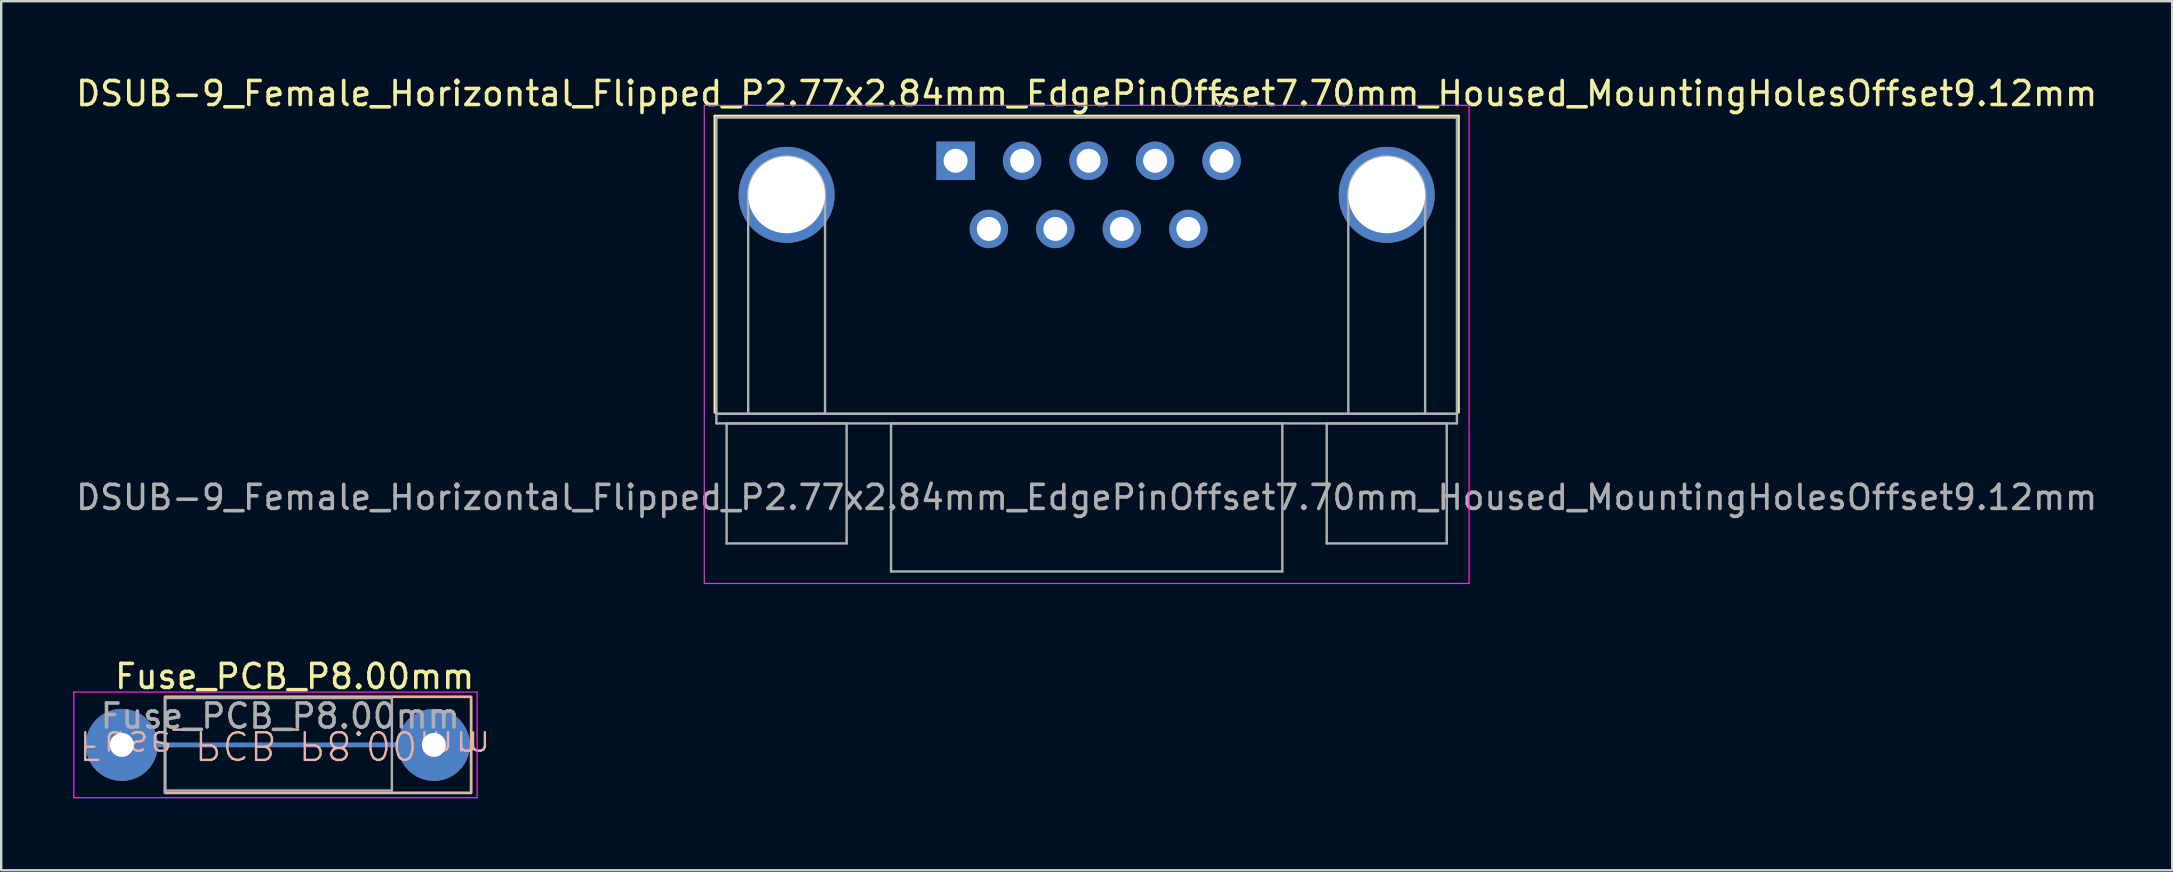
<source format=kicad_pcb>
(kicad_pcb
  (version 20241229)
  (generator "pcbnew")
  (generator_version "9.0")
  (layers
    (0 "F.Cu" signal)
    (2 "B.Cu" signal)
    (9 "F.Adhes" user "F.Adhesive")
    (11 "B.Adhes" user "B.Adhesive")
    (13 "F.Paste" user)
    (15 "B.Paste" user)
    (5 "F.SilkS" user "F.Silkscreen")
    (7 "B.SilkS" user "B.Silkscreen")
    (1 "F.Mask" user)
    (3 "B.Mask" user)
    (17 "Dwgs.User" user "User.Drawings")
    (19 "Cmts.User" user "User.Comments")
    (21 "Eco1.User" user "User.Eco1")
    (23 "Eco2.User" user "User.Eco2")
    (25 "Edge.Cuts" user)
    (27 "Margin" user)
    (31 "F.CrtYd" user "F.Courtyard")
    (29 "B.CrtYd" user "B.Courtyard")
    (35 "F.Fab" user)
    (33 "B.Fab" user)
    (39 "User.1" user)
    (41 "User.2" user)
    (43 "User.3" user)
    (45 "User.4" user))
  (footprint "DSUB-9_Female_Horizontal_Flipped_P2.77x2.84mm_EdgePinOffset7.70mm_Housed_MountingHolesOffset9.12mm"
    (layer "F.Cu")
    (at 47.76 3.648)
    (property "Reference" "DSUB-9_Female_Horizontal_Flipped_P2.77x2.84mm_EdgePinOffset7.70mm_Housed_MountingHolesOffset9.12mm" (at -5.54 -2.8 0) (layer "F.SilkS") (effects (font (size 1 1) (thickness 0.15))))
    (attr through_hole)
    (fp_line (start -21.025 -1.86) (end 9.945 -1.86) (stroke (width 0.12) (type solid)) (layer "F.SilkS"))
    (fp_line (start -21.025 10.48) (end -21.025 -1.86) (stroke (width 0.12) (type solid)) (layer "F.SilkS"))
    (fp_line (start -0.25 -2.754) (end 0.25 -2.754) (stroke (width 0.12) (type solid)) (layer "F.SilkS"))
    (fp_line (start 0 -2.321) (end -0.25 -2.754) (stroke (width 0.12) (type solid)) (layer "F.SilkS"))
    (fp_line (start 0.25 -2.754) (end 0 -2.321) (stroke (width 0.12) (type solid)) (layer "F.SilkS"))
    (fp_line (start 9.945 -1.86) (end 9.945 10.48) (stroke (width 0.12) (type solid)) (layer "F.SilkS"))
    (fp_line (start -21.47 -2.31) (end -21.47 17.61) (stroke (width 0.05) (type solid)) (layer "F.CrtYd"))
    (fp_line (start -21.47 17.61) (end 10.39 17.61) (stroke (width 0.05) (type solid)) (layer "F.CrtYd"))
    (fp_line (start 10.39 -2.31) (end -21.47 -2.31) (stroke (width 0.05) (type solid)) (layer "F.CrtYd"))
    (fp_line (start 10.39 17.61) (end 10.39 -2.31) (stroke (width 0.05) (type solid)) (layer "F.CrtYd"))
    (fp_line (start -20.965 -1.8) (end -20.965 10.54) (stroke (width 0.1) (type solid)) (layer "F.Fab"))
    (fp_line (start -20.965 10.54) (end -20.965 10.94) (stroke (width 0.1) (type solid)) (layer "F.Fab"))
    (fp_line (start -20.965 10.54) (end 9.885 10.54) (stroke (width 0.1) (type solid)) (layer "F.Fab"))
    (fp_line (start -20.965 10.94) (end 9.885 10.94) (stroke (width 0.1) (type solid)) (layer "F.Fab"))
    (fp_line (start -20.54 10.94) (end -20.54 15.94) (stroke (width 0.1) (type solid)) (layer "F.Fab"))
    (fp_line (start -20.54 15.94) (end -15.54 15.94) (stroke (width 0.1) (type solid)) (layer "F.Fab"))
    (fp_line (start -19.64 10.54) (end -19.64 1.42) (stroke (width 0.1) (type solid)) (layer "F.Fab"))
    (fp_line (start -16.44 10.54) (end -16.44 1.42) (stroke (width 0.1) (type solid)) (layer "F.Fab"))
    (fp_line (start -15.54 10.94) (end -20.54 10.94) (stroke (width 0.1) (type solid)) (layer "F.Fab"))
    (fp_line (start -15.54 15.94) (end -15.54 10.94) (stroke (width 0.1) (type solid)) (layer "F.Fab"))
    (fp_line (start -13.69 10.94) (end -13.69 17.11) (stroke (width 0.1) (type solid)) (layer "F.Fab"))
    (fp_line (start -13.69 17.11) (end 2.61 17.11) (stroke (width 0.1) (type solid)) (layer "F.Fab"))
    (fp_line (start 2.61 10.94) (end -13.69 10.94) (stroke (width 0.1) (type solid)) (layer "F.Fab"))
    (fp_line (start 2.61 17.11) (end 2.61 10.94) (stroke (width 0.1) (type solid)) (layer "F.Fab"))
    (fp_line (start 4.46 10.94) (end 4.46 15.94) (stroke (width 0.1) (type solid)) (layer "F.Fab"))
    (fp_line (start 4.46 15.94) (end 9.46 15.94) (stroke (width 0.1) (type solid)) (layer "F.Fab"))
    (fp_line (start 5.36 10.54) (end 5.36 1.42) (stroke (width 0.1) (type solid)) (layer "F.Fab"))
    (fp_line (start 8.56 10.54) (end 8.56 1.42) (stroke (width 0.1) (type solid)) (layer "F.Fab"))
    (fp_line (start 9.46 10.94) (end 4.46 10.94) (stroke (width 0.1) (type solid)) (layer "F.Fab"))
    (fp_line (start 9.46 15.94) (end 9.46 10.94) (stroke (width 0.1) (type solid)) (layer "F.Fab"))
    (fp_line (start 9.885 -1.8) (end -20.965 -1.8) (stroke (width 0.1) (type solid)) (layer "F.Fab"))
    (fp_line (start 9.885 10.54) (end -20.965 10.54) (stroke (width 0.1) (type solid)) (layer "F.Fab"))
    (fp_line (start 9.885 10.54) (end 9.885 -1.8) (stroke (width 0.1) (type solid)) (layer "F.Fab"))
    (fp_line (start 9.885 10.94) (end 9.885 10.54) (stroke (width 0.1) (type solid)) (layer "F.Fab"))
    (fp_arc (start -19.64 1.42) (mid -18.04 -0.18) (end -16.44 1.42) (stroke (width 0.1) (type solid)) (layer "F.Fab"))
    (fp_arc (start 5.36 1.42) (mid 6.96 -0.18) (end 8.56 1.42) (stroke (width 0.1) (type solid)) (layer "F.Fab"))
    (fp_text user "${REFERENCE}" (at -5.54 14.025 0) (layer "F.Fab") (effects (font (size 1 1) (thickness 0.15))))
    (pad "0" thru_hole circle (at -18.04 1.42) (size 4 4) (drill 3.2) (layers "*.Cu" "*.Mask"))
    (pad "0" thru_hole circle (at 6.96 1.42) (size 4 4) (drill 3.2) (layers "*.Cu" "*.Mask"))
    (pad "1" thru_hole rect (at -11 0) (size 1.6 1.6) (drill 1) (layers "*.Cu" "*.Mask"))
    (pad "2" thru_hole circle (at -8.23 0) (size 1.6 1.6) (drill 1) (layers "*.Cu" "*.Mask"))
    (pad "3" thru_hole circle (at -5.46 0) (size 1.6 1.6) (drill 1) (layers "*.Cu" "*.Mask"))
    (pad "4" thru_hole circle (at -2.69 0) (size 1.6 1.6) (drill 1) (layers "*.Cu" "*.Mask"))
    (pad "5" thru_hole circle (at 0.08 0) (size 1.6 1.6) (drill 1) (layers "*.Cu" "*.Mask"))
    (pad "6" thru_hole circle (at -9.615 2.84) (size 1.6 1.6) (drill 1) (layers "*.Cu" "*.Mask"))
    (pad "7" thru_hole circle (at -6.845 2.84) (size 1.6 1.6) (drill 1) (layers "*.Cu" "*.Mask"))
    (pad "8" thru_hole circle (at -4.075 2.84) (size 1.6 1.6) (drill 1) (layers "*.Cu" "*.Mask"))
    (pad "9" thru_hole circle (at -1.305 2.84) (size 1.6 1.6) (drill 1) (layers "*.Cu" "*.Mask")))
  (footprint "Fuse_PCB_P8.00mm"
    (layer "F.Cu")
    (at 2.025 27.982)
    (property "Reference" "Fuse_PCB_P8.00mm" (at 7.2 -2.85 0) (layer "F.SilkS") (effects (font (size 1 1) (thickness 0.15))))
    (attr through_hole)
    (fp_line (start 1.5 0) (end 11.5 0) (stroke (width 0.2) (type default)) (layer "B.Cu"))
    (fp_rect (start 1.8 -2) (end 14.55 2) (stroke (width 0.1) (type default)) (fill no) (layer "F.SilkS"))
    (fp_rect (start 1.8 -2) (end 14.55 2) (stroke (width 0.1) (type default)) (fill no) (layer "B.SilkS"))
    (fp_line (start -2 -2.2) (end -2 2.2) (stroke (width 0.05) (type solid)) (layer "F.CrtYd"))
    (fp_line (start -2 -2.2) (end 14.8 -2.2) (stroke (width 0.05) (type solid)) (layer "F.CrtYd"))
    (fp_line (start 14.8 2.2) (end -2 2.2) (stroke (width 0.05) (type solid)) (layer "F.CrtYd"))
    (fp_line (start 14.8 2.2) (end 14.8 -2.2) (stroke (width 0.05) (type solid)) (layer "F.CrtYd"))
    (fp_line (start 1.8 -1.95) (end 11.2 -1.95) (stroke (width 0.1) (type solid)) (layer "F.Fab"))
    (fp_line (start 1.8 2) (end 1.8 -1.9) (stroke (width 0.1) (type solid)) (layer "F.Fab"))
    (fp_line (start 11.25 -2) (end 11.25 1.9) (stroke (width 0.1) (type solid)) (layer "F.Fab"))
    (fp_line (start 11.25 1.9) (end 1.8 1.9) (stroke (width 0.1) (type solid)) (layer "F.Fab"))
    (fp_text user "${REFERENCE}" (at 6.8 0 180) (unlocked yes) (layer "B.SilkS") (effects (font (size 1.15 1.15) (thickness 0.1)) (justify mirror)))
    (fp_text user "${REFERENCE}" (at 6.6 -1.2 0) (layer "F.Fab") (effects (font (size 1 1) (thickness 0.15))))
    (pad "1" thru_hole oval (at 0 0) (size 3 3) (drill oval 1) (layers "*.Cu" "*.Mask"))
    (pad "2" thru_hole oval (at 13 0) (size 3 3) (drill oval 1) (layers "*.Cu" "*.Mask")))
  (gr_rect
    (start -3 -3)
    (end 87.44 33.206)
    (stroke (width 0.1) (type default))
    (fill no)
    (layer "Edge.Cuts")))
</source>
